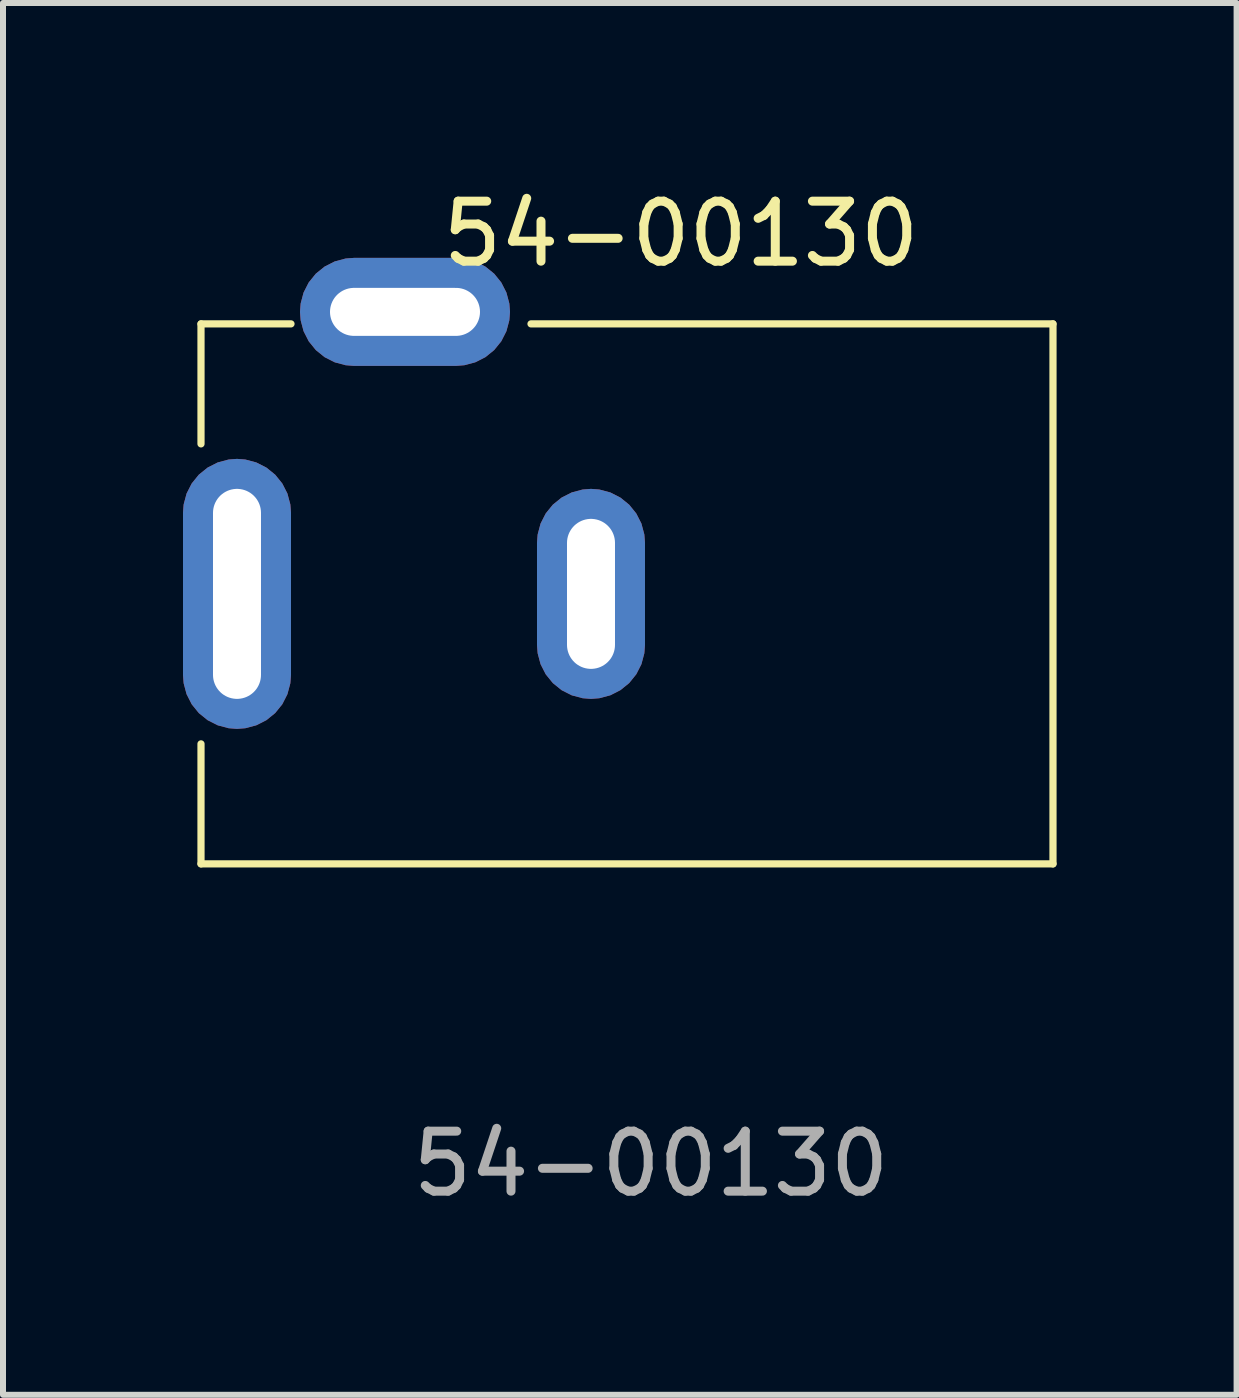
<source format=kicad_pcb>
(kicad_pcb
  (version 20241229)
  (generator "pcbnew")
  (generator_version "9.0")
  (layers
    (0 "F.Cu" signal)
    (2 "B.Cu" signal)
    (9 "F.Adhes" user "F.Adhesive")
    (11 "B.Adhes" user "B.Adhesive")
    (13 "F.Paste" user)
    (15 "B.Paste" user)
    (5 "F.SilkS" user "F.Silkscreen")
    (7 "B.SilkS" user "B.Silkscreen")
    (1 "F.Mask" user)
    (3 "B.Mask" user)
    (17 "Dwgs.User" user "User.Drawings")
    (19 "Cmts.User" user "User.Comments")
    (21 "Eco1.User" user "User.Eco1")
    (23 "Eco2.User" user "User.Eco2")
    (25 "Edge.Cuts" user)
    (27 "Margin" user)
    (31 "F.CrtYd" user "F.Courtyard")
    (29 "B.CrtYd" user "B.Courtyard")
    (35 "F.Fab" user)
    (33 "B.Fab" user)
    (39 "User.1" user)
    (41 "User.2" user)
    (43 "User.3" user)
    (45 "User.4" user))
  (footprint "54-00130"
    (layer "F.Cu")
    (at 6.8 6.848)
    (property "Reference" "54-00130" (at 1.5 -6 0) (unlocked yes) (layer "F.SilkS") (effects (font (size 1 1) (thickness 0.15))))
    (attr through_hole)
    (fp_line (start -6.5 -4.5) (end -5 -4.5) (stroke (width 0.12) (type solid)) (layer "F.SilkS"))
    (fp_line (start -6.5 -2.5) (end -6.5 -4.5) (stroke (width 0.12) (type solid)) (layer "F.SilkS"))
    (fp_line (start -6.5 4.5) (end -6.5 2.5) (stroke (width 0.12) (type solid)) (layer "F.SilkS"))
    (fp_line (start -1 -4.5) (end 7.7 -4.5) (stroke (width 0.12) (type solid)) (layer "F.SilkS"))
    (fp_line (start 7.7 -4.5) (end 7.7 4.5) (stroke (width 0.12) (type solid)) (layer "F.SilkS"))
    (fp_line (start 7.7 4.5) (end -6.5 4.5) (stroke (width 0.12) (type solid)) (layer "F.SilkS"))
    (fp_text user "${REFERENCE}" (at 1 9.5 0) (unlocked yes) (layer "F.Fab") (effects (font (size 1 1) (thickness 0.15))))
    (pad "1" thru_hole roundrect (at -5.9 0) (size 1.8 4.5) (drill oval 0.8 3.5) (layers "*.Cu" "*.Mask") (roundrect_rratio 0.5))
    (pad "2" thru_hole roundrect (at 0 0) (size 1.8 3.5) (drill oval 0.8 2.5) (layers "*.Cu" "*.Mask") (roundrect_rratio 0.5))
    (pad "3" thru_hole roundrect (at -3.1 -4.7) (size 3.5 1.8) (drill oval 2.5 0.8) (layers "*.Cu" "*.Mask") (roundrect_rratio 0.5)))
  (gr_rect
    (start -3 -3)
    (end 17.56 20.197)
    (stroke (width 0.1) (type default))
    (fill no)
    (layer "Edge.Cuts")))
</source>
